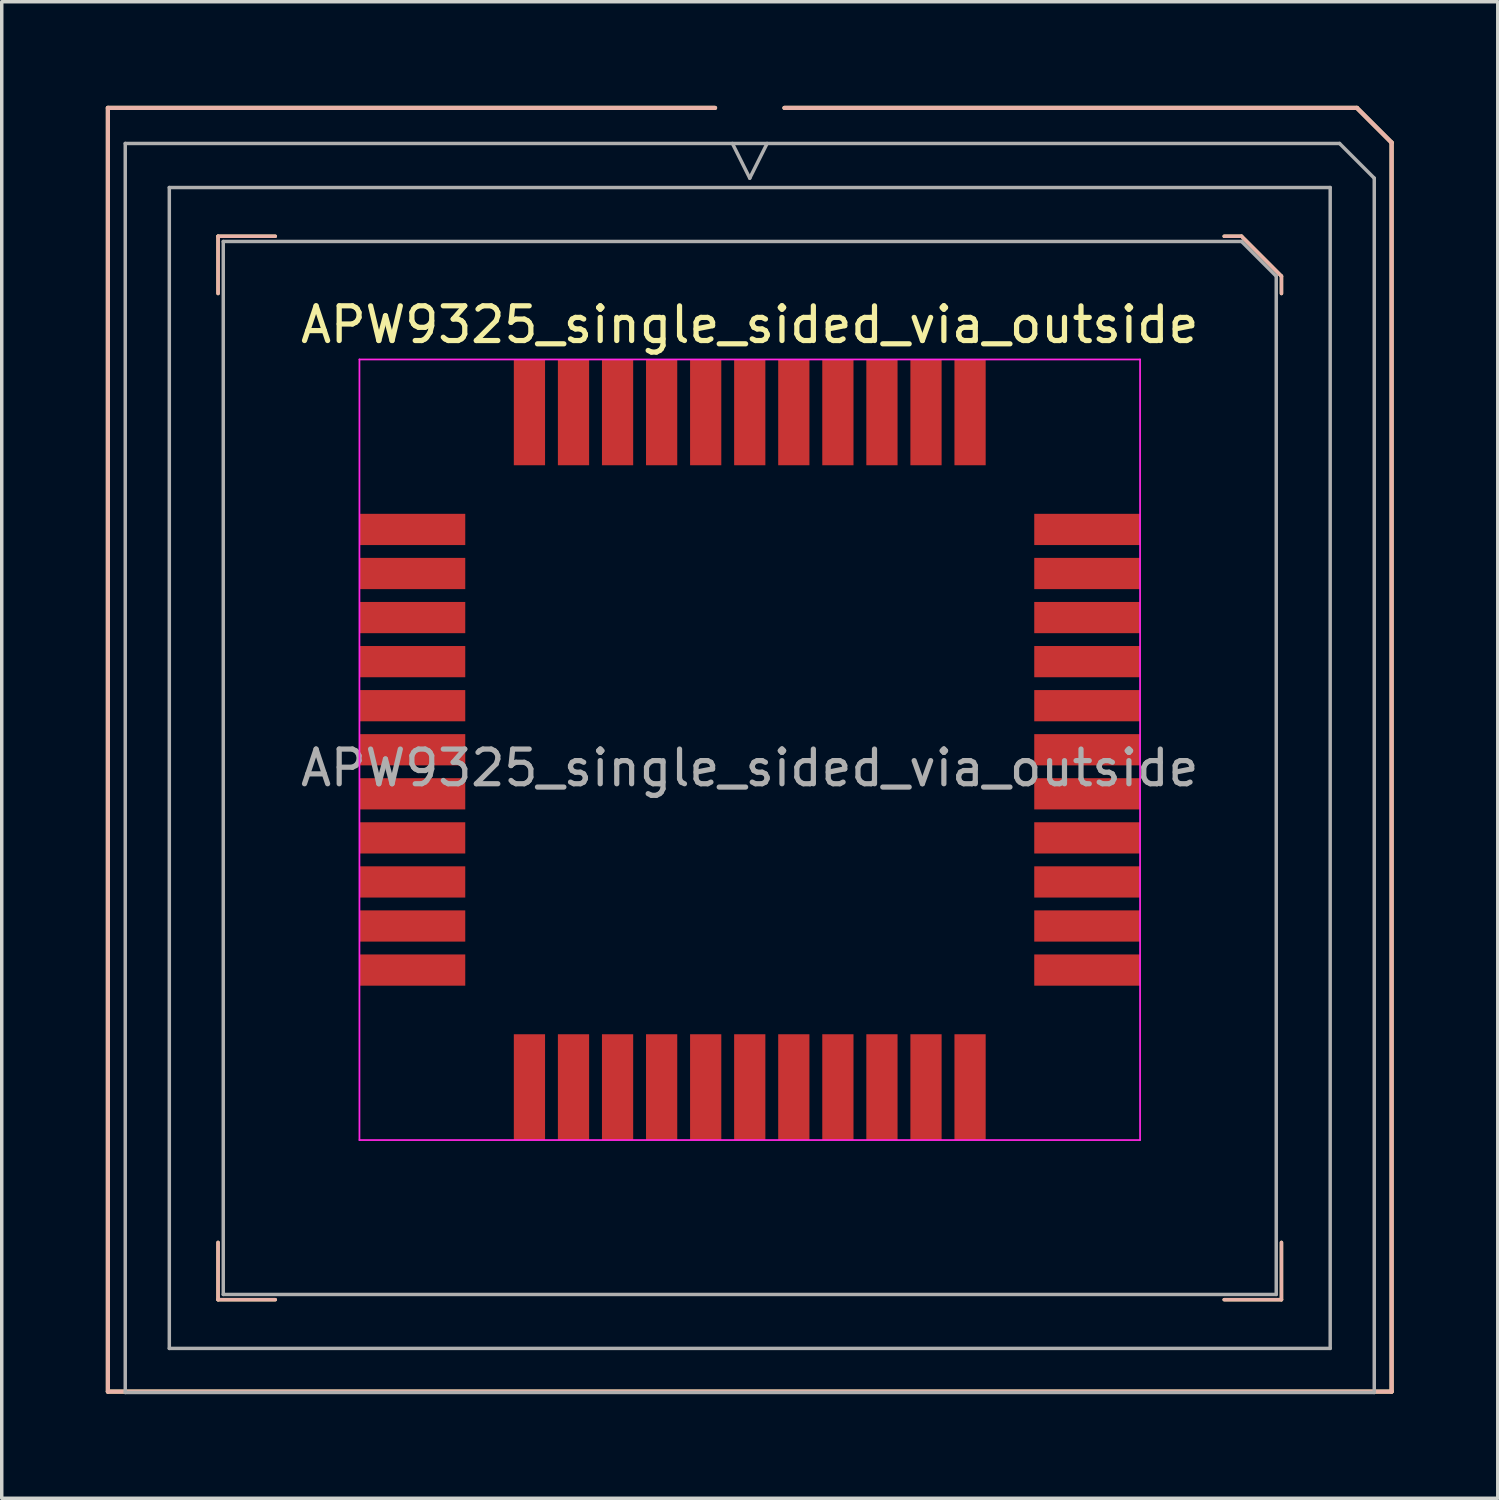
<source format=kicad_pcb>
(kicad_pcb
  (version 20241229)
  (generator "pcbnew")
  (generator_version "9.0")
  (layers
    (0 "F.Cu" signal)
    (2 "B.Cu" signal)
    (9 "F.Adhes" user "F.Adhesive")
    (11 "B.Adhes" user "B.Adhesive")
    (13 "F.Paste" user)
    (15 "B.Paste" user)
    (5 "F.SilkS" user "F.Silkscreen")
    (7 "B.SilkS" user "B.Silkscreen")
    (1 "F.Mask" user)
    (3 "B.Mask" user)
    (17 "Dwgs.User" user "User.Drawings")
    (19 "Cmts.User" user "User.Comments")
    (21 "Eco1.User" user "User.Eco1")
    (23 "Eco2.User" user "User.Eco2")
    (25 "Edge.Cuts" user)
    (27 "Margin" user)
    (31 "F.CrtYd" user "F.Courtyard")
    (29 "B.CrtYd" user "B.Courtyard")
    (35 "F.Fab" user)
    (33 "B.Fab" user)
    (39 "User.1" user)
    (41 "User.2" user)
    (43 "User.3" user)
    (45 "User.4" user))
  (footprint "APW9325_single_sided_via_outside"
    (layer "F.Cu")
    (at 18.56 18.56)
    (property "Reference" "APW9325_single_sided_via_outside" (at 0 -12.25 180) (layer "F.SilkS") (effects (font (size 1 1) (thickness 0.15))))
    (attr smd)
    (fp_line (start -18.5 -18.5) (end -1 -18.5) (stroke (width 0.12) (type solid)) (layer "F.SilkS"))
    (fp_line (start -18.5 18.5) (end -18.5 -18.5) (stroke (width 0.12) (type solid)) (layer "F.SilkS"))
    (fp_line (start -15.325 -14.8) (end -15.325 -13.15) (stroke (width 0.1) (type solid)) (layer "F.SilkS"))
    (fp_line (start -15.325 15.85) (end -15.325 14.2) (stroke (width 0.1) (type solid)) (layer "F.SilkS"))
    (fp_line (start -13.675 -14.8) (end -15.325 -14.8) (stroke (width 0.1) (type solid)) (layer "F.SilkS"))
    (fp_line (start -13.675 15.85) (end -15.325 15.85) (stroke (width 0.1) (type solid)) (layer "F.SilkS"))
    (fp_line (start 1 -18.5) (end 17.5 -18.5) (stroke (width 0.12) (type solid)) (layer "F.SilkS"))
    (fp_line (start 13.675 -14.8) (end 14.175 -14.8) (stroke (width 0.1) (type solid)) (layer "F.SilkS"))
    (fp_line (start 13.675 15.85) (end 15.325 15.85) (stroke (width 0.1) (type solid)) (layer "F.SilkS"))
    (fp_line (start 14.175 -14.8) (end 15.325 -13.65) (stroke (width 0.1) (type solid)) (layer "F.SilkS"))
    (fp_line (start 15.325 -13.65) (end 15.325 -13.15) (stroke (width 0.1) (type solid)) (layer "F.SilkS"))
    (fp_line (start 15.325 15.85) (end 15.325 14.2) (stroke (width 0.1) (type solid)) (layer "F.SilkS"))
    (fp_line (start 17.5 -18.5) (end 18.5 -17.5) (stroke (width 0.12) (type solid)) (layer "F.SilkS"))
    (fp_line (start 18.5 -17.5) (end 18.5 18.5) (stroke (width 0.12) (type solid)) (layer "F.SilkS"))
    (fp_line (start 18.5 18.5) (end -18.5 18.5) (stroke (width 0.12) (type solid)) (layer "F.SilkS"))
    (fp_line (start -18.5 -18.5) (end -1 -18.5) (stroke (width 0.12) (type solid)) (layer "B.SilkS"))
    (fp_line (start -18.5 18.5) (end -18.5 -18.5) (stroke (width 0.12) (type solid)) (layer "B.SilkS"))
    (fp_line (start -15.325 -14.8) (end -15.325 -13.15) (stroke (width 0.1) (type solid)) (layer "B.SilkS"))
    (fp_line (start -15.325 15.85) (end -15.325 14.2) (stroke (width 0.1) (type solid)) (layer "B.SilkS"))
    (fp_line (start -13.675 -14.8) (end -15.325 -14.8) (stroke (width 0.1) (type solid)) (layer "B.SilkS"))
    (fp_line (start -13.675 15.85) (end -15.325 15.85) (stroke (width 0.1) (type solid)) (layer "B.SilkS"))
    (fp_line (start 1 -18.5) (end 17.5 -18.5) (stroke (width 0.12) (type solid)) (layer "B.SilkS"))
    (fp_line (start 13.675 -14.8) (end 14.175 -14.8) (stroke (width 0.1) (type solid)) (layer "B.SilkS"))
    (fp_line (start 13.675 15.85) (end 15.325 15.85) (stroke (width 0.1) (type solid)) (layer "B.SilkS"))
    (fp_line (start 14.175 -14.8) (end 15.325 -13.65) (stroke (width 0.1) (type solid)) (layer "B.SilkS"))
    (fp_line (start 15.325 -13.65) (end 15.325 -13.15) (stroke (width 0.1) (type solid)) (layer "B.SilkS"))
    (fp_line (start 15.325 15.85) (end 15.325 14.2) (stroke (width 0.1) (type solid)) (layer "B.SilkS"))
    (fp_line (start 17.5 -18.5) (end 18.5 -17.5) (stroke (width 0.12) (type solid)) (layer "B.SilkS"))
    (fp_line (start 18.5 -17.5) (end 18.5 18.5) (stroke (width 0.12) (type solid)) (layer "B.SilkS"))
    (fp_line (start 18.5 18.5) (end -18.5 18.5) (stroke (width 0.12) (type solid)) (layer "B.SilkS"))
    (fp_line (start -11.25 -11.25) (end 11.25 -11.25) (stroke (width 0.05) (type solid)) (layer "F.CrtYd"))
    (fp_line (start -11.25 11.25) (end -11.25 -11.25) (stroke (width 0.05) (type solid)) (layer "F.CrtYd"))
    (fp_line (start 11.25 -11.25) (end 11.25 11.25) (stroke (width 0.05) (type solid)) (layer "F.CrtYd"))
    (fp_line (start 11.25 11.25) (end -11.25 11.25) (stroke (width 0.05) (type solid)) (layer "F.CrtYd"))
    (fp_line (start -18 -17.475) (end 17 -17.475) (stroke (width 0.1) (type solid)) (layer "F.Fab"))
    (fp_line (start -18 18.525) (end -18 -17.475) (stroke (width 0.1) (type solid)) (layer "F.Fab"))
    (fp_line (start -16.73 -16.205) (end 16.73 -16.205) (stroke (width 0.1) (type solid)) (layer "F.Fab"))
    (fp_line (start -16.73 17.255) (end -16.73 -16.205) (stroke (width 0.1) (type solid)) (layer "F.Fab"))
    (fp_line (start -15.175 -14.65) (end 14.175 -14.65) (stroke (width 0.1) (type solid)) (layer "F.Fab"))
    (fp_line (start -15.175 15.7) (end -15.175 -14.65) (stroke (width 0.1) (type solid)) (layer "F.Fab"))
    (fp_line (start 0 -16.475) (end -0.5 -17.475) (stroke (width 0.1) (type solid)) (layer "F.Fab"))
    (fp_line (start 0.5 -17.475) (end 0 -16.475) (stroke (width 0.1) (type solid)) (layer "F.Fab"))
    (fp_line (start 14.175 -14.65) (end 15.175 -13.65) (stroke (width 0.1) (type solid)) (layer "F.Fab"))
    (fp_line (start 15.175 -13.65) (end 15.175 15.7) (stroke (width 0.1) (type solid)) (layer "F.Fab"))
    (fp_line (start 15.175 15.7) (end -15.175 15.7) (stroke (width 0.1) (type solid)) (layer "F.Fab"))
    (fp_line (start 16.73 -16.205) (end 16.73 17.255) (stroke (width 0.1) (type solid)) (layer "F.Fab"))
    (fp_line (start 16.73 17.255) (end -16.73 17.255) (stroke (width 0.1) (type solid)) (layer "F.Fab"))
    (fp_line (start 17 -17.475) (end 18 -16.475) (stroke (width 0.1) (type solid)) (layer "F.Fab"))
    (fp_line (start 18 -16.475) (end 18 18.525) (stroke (width 0.1) (type solid)) (layer "F.Fab"))
    (fp_line (start 18 18.525) (end -18 18.525) (stroke (width 0.1) (type solid)) (layer "F.Fab"))
    (fp_text user "${REFERENCE}" (at 0 0.525 180) (layer "F.Fab") (effects (font (size 1 1) (thickness 0.15))))
    (pad "1" smd rect (at 0 -9.725) (size 0.9 3.05) (layers "F.Cu" "F.Mask" "F.Paste"))
    (pad "2" smd rect (at 1.27 -9.725) (size 0.9 3.05) (layers "F.Cu" "F.Mask" "F.Paste"))
    (pad "3" smd rect (at 2.54 -9.725) (size 0.9 3.05) (layers "F.Cu" "F.Mask" "F.Paste"))
    (pad "4" smd rect (at 3.81 -9.725) (size 0.9 3.05) (layers "F.Cu" "F.Mask" "F.Paste"))
    (pad "5" smd rect (at 5.08 -9.725) (size 0.9 3.05) (layers "F.Cu" "F.Mask" "F.Paste"))
    (pad "6" smd rect (at 6.35 -9.725) (size 0.9 3.05) (layers "F.Cu" "F.Mask" "F.Paste"))
    (pad "7" smd rect (at 9.725 -6.35) (size 3.05 0.9) (layers "F.Cu" "F.Mask" "F.Paste"))
    (pad "8" smd rect (at 9.725 -5.08) (size 3.05 0.9) (layers "F.Cu" "F.Mask" "F.Paste"))
    (pad "9" smd rect (at 9.725 -3.81) (size 3.05 0.9) (layers "F.Cu" "F.Mask" "F.Paste"))
    (pad "10" smd rect (at 9.725 -2.54) (size 3.05 0.9) (layers "F.Cu" "F.Mask" "F.Paste"))
    (pad "11" smd rect (at 9.725 -1.27) (size 3.05 0.9) (layers "F.Cu" "F.Mask" "F.Paste"))
    (pad "12" smd rect (at 9.725 0) (size 3.05 0.9) (layers "F.Cu" "F.Mask" "F.Paste"))
    (pad "13" smd rect (at 9.725 1.27) (size 3.05 0.9) (layers "F.Cu" "F.Mask" "F.Paste"))
    (pad "14" smd rect (at 9.725 2.54) (size 3.05 0.9) (layers "F.Cu" "F.Mask" "F.Paste"))
    (pad "15" smd rect (at 9.725 3.81) (size 3.05 0.9) (layers "F.Cu" "F.Mask" "F.Paste"))
    (pad "16" smd rect (at 9.725 5.08) (size 3.05 0.9) (layers "F.Cu" "F.Mask" "F.Paste"))
    (pad "17" smd rect (at 9.725 6.35) (size 3.05 0.9) (layers "F.Cu" "F.Mask" "F.Paste"))
    (pad "18" smd rect (at 6.35 9.725) (size 0.9 3.05) (layers "F.Cu" "F.Mask" "F.Paste"))
    (pad "19" smd rect (at 5.08 9.725) (size 0.9 3.05) (layers "F.Cu" "F.Mask" "F.Paste"))
    (pad "20" smd rect (at 3.81 9.725) (size 0.9 3.05) (layers "F.Cu" "F.Mask" "F.Paste"))
    (pad "21" smd rect (at 2.54 9.725) (size 0.9 3.05) (layers "F.Cu" "F.Mask" "F.Paste"))
    (pad "22" smd rect (at 1.27 9.725) (size 0.9 3.05) (layers "F.Cu" "F.Mask" "F.Paste"))
    (pad "23" smd rect (at 0 9.725) (size 0.9 3.05) (layers "F.Cu" "F.Mask" "F.Paste"))
    (pad "24" smd rect (at -1.27 9.725) (size 0.9 3.05) (layers "F.Cu" "F.Mask" "F.Paste"))
    (pad "25" smd rect (at -2.54 9.725) (size 0.9 3.05) (layers "F.Cu" "F.Mask" "F.Paste"))
    (pad "26" smd rect (at -3.81 9.725) (size 0.9 3.05) (layers "F.Cu" "F.Mask" "F.Paste"))
    (pad "27" smd rect (at -5.08 9.725) (size 0.9 3.05) (layers "F.Cu" "F.Mask" "F.Paste"))
    (pad "28" smd rect (at -6.35 9.725) (size 0.9 3.05) (layers "F.Cu" "F.Mask" "F.Paste"))
    (pad "29" smd rect (at -9.725 6.35) (size 3.05 0.9) (layers "F.Cu" "F.Mask" "F.Paste"))
    (pad "30" smd rect (at -9.725 5.08) (size 3.05 0.9) (layers "F.Cu" "F.Mask" "F.Paste"))
    (pad "31" smd rect (at -9.725 3.81) (size 3.05 0.9) (layers "F.Cu" "F.Mask" "F.Paste"))
    (pad "32" smd rect (at -9.725 2.54) (size 3.05 0.9) (layers "F.Cu" "F.Mask" "F.Paste"))
    (pad "33" smd rect (at -9.725 1.27) (size 3.05 0.9) (layers "F.Cu" "F.Mask" "F.Paste"))
    (pad "34" smd rect (at -9.725 0) (size 3.05 0.9) (layers "F.Cu" "F.Mask" "F.Paste"))
    (pad "35" smd rect (at -9.725 -1.27) (size 3.05 0.9) (layers "F.Cu" "F.Mask" "F.Paste"))
    (pad "36" smd rect (at -9.725 -2.54) (size 3.05 0.9) (layers "F.Cu" "F.Mask" "F.Paste"))
    (pad "37" smd rect (at -9.725 -3.81) (size 3.05 0.9) (layers "F.Cu" "F.Mask" "F.Paste"))
    (pad "38" smd rect (at -9.725 -5.08) (size 3.05 0.9) (layers "F.Cu" "F.Mask" "F.Paste"))
    (pad "39" smd rect (at -9.725 -6.35) (size 3.05 0.9) (layers "F.Cu" "F.Mask" "F.Paste"))
    (pad "40" smd rect (at -6.35 -9.725) (size 0.9 3.05) (layers "F.Cu" "F.Mask" "F.Paste"))
    (pad "41" smd rect (at -5.08 -9.725) (size 0.9 3.05) (layers "F.Cu" "F.Mask" "F.Paste"))
    (pad "42" smd rect (at -3.81 -9.725) (size 0.9 3.05) (layers "F.Cu" "F.Mask" "F.Paste"))
    (pad "43" smd rect (at -2.54 -9.725) (size 0.9 3.05) (layers "F.Cu" "F.Mask" "F.Paste"))
    (pad "44" smd rect (at -1.27 -9.725) (size 0.9 3.05) (layers "F.Cu" "F.Mask" "F.Paste")))
  (gr_rect
    (start -3 -3)
    (end 40.12 40.135)
    (stroke (width 0.1) (type default))
    (fill no)
    (layer "Edge.Cuts")))
</source>
